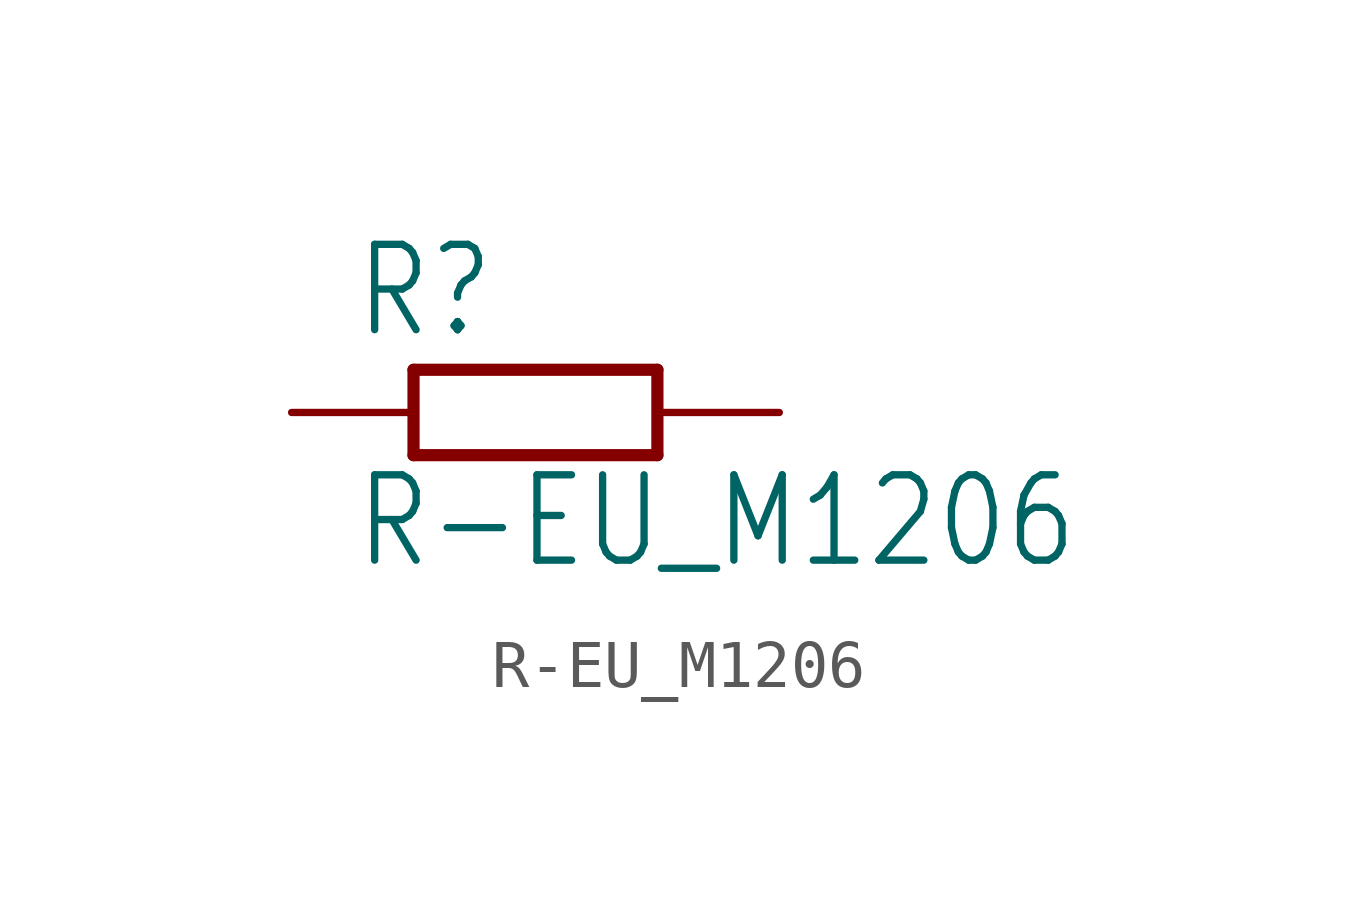
<source format=kicad_sym>
(kicad_symbol_lib
  (version 20211014)
  (generator kicad_symbol_editor)
  (symbol "R-EU_M1206"
    (property "Reference" "R"
      (at -3.81 1.499 0)
      (effects (font (size 1.778 1.511)) (justify left bottom)))
    (property "Value" "R-EU_M1206"
      (at -3.81 -3.302 0)
      (effects (font (size 1.778 1.511)) (justify left bottom)))
    (property "ki_locked" ""
      (at 0 0 0)
      (effects (font (size 1.27 1.27))))
    (symbol "R-EU_M1206_1_0"
      (polyline (pts (xy -2.54 -0.889) (xy -2.54 0.889)) (stroke (width 0.254) (type default) (color 0 0 0 0)) (fill (type none)))
      (polyline (pts (xy -2.54 -0.889) (xy 2.54 -0.889)) (stroke (width 0.254) (type default) (color 0 0 0 0)) (fill (type none)))
      (polyline (pts (xy 2.54 -0.889) (xy 2.54 0.889)) (stroke (width 0.254) (type default) (color 0 0 0 0)) (fill (type none)))
      (polyline (pts (xy 2.54 0.889) (xy -2.54 0.889)) (stroke (width 0.254) (type default) (color 0 0 0 0)) (fill (type none)))
      (pin passive line (at -5.08 0 0) (length 2.54) (name "1" (effects (font (size 0 0)))) (number "1" (effects (font (size 0 0)))))
      (pin passive line (at 5.08 0 180) (length 2.54) (name "2" (effects (font (size 0 0)))) (number "2" (effects (font (size 0 0))))))))
</source>
